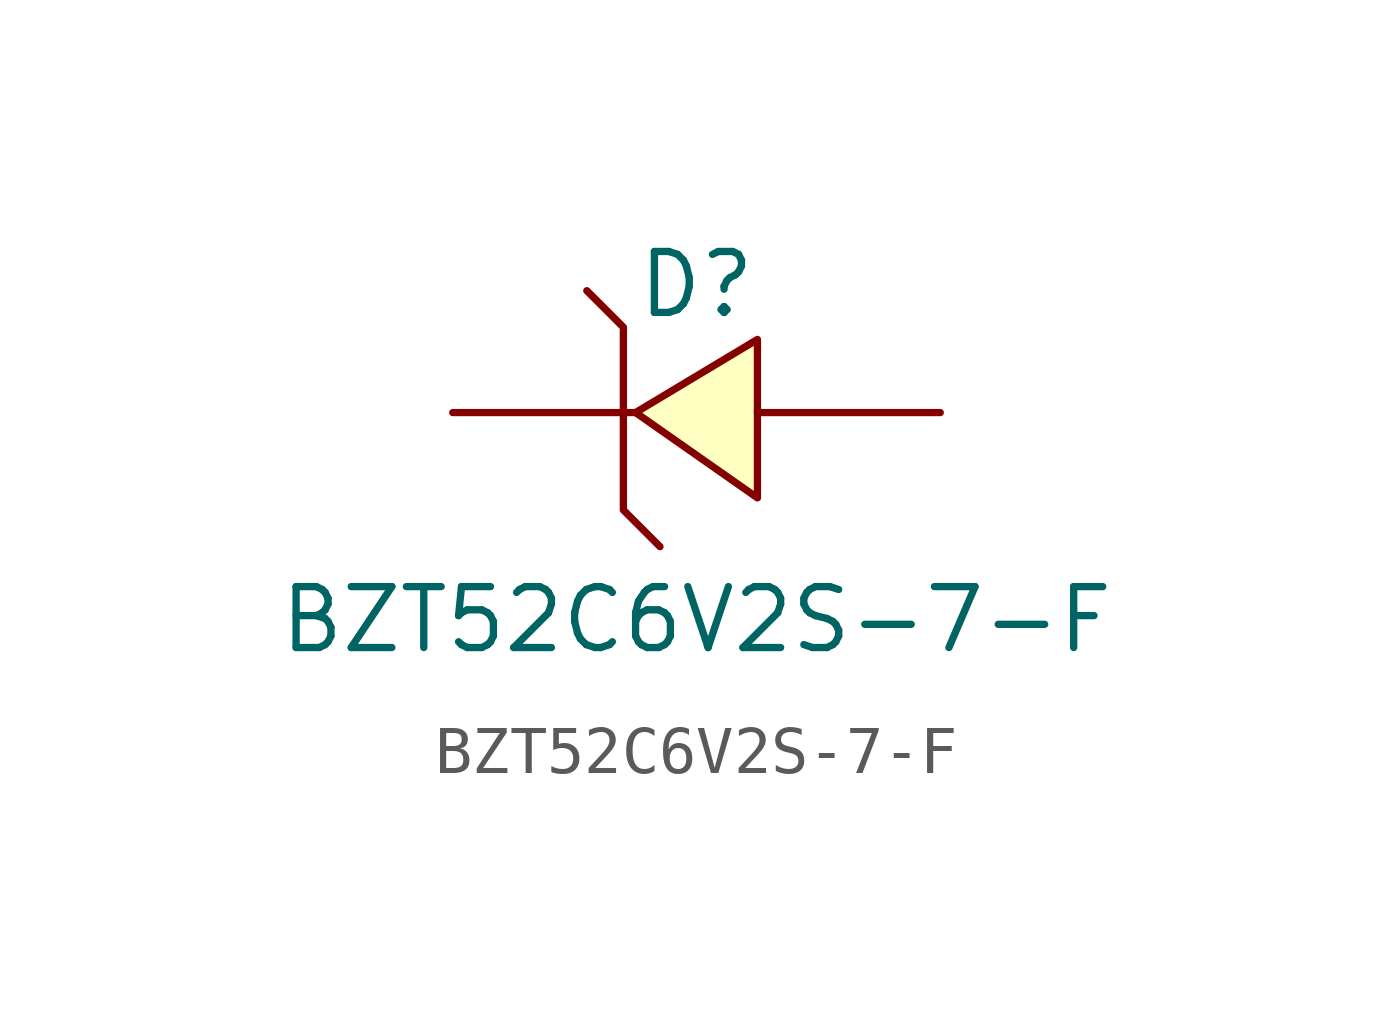
<source format=kicad_sym>
(kicad_symbol_lib
  (version 20220914)
  (generator kicad_symbol_editor)
  (symbol "BZT52C6V2S-7-F"
    (pin_numbers hide)
    (pin_names
      (offset 0) hide)
    (property "Reference" "D"
      (at 0 2.667 0)
      (effects (font (size 1.27 1.27))))
    (property "Value" "BZT52C6V2S-7-F"
      (at 0 -4.318 0)
      (effects (font (size 1.27 1.27))))
    (symbol "BZT52C6V2S-7-F_0_1"
      (polyline (pts (xy 1.27 1.524) (xy -1.27 0) (xy 1.27 -1.778) (xy 1.27 1.524)) (stroke (width 0) (type default)) (fill (type background)))
      (polyline (pts (xy -2.286 2.54) (xy -1.524 1.778) (xy -1.524 1.778) (xy -1.524 -2.032) (xy -1.524 -2.032) (xy -0.762 -2.794)) (stroke (width 0) (type default)) (fill (type none)))
      (pin unspecified line (at -5.08 0 0) (length 3.81) (name "K" (effects (font (size 1 1)))) (number "1" (effects (font (size 1 1)))))
      (pin unspecified line (at 5.08 0 180) (length 3.81) (name "A" (effects (font (size 1 1)))) (number "2" (effects (font (size 1 1))))))))
</source>
